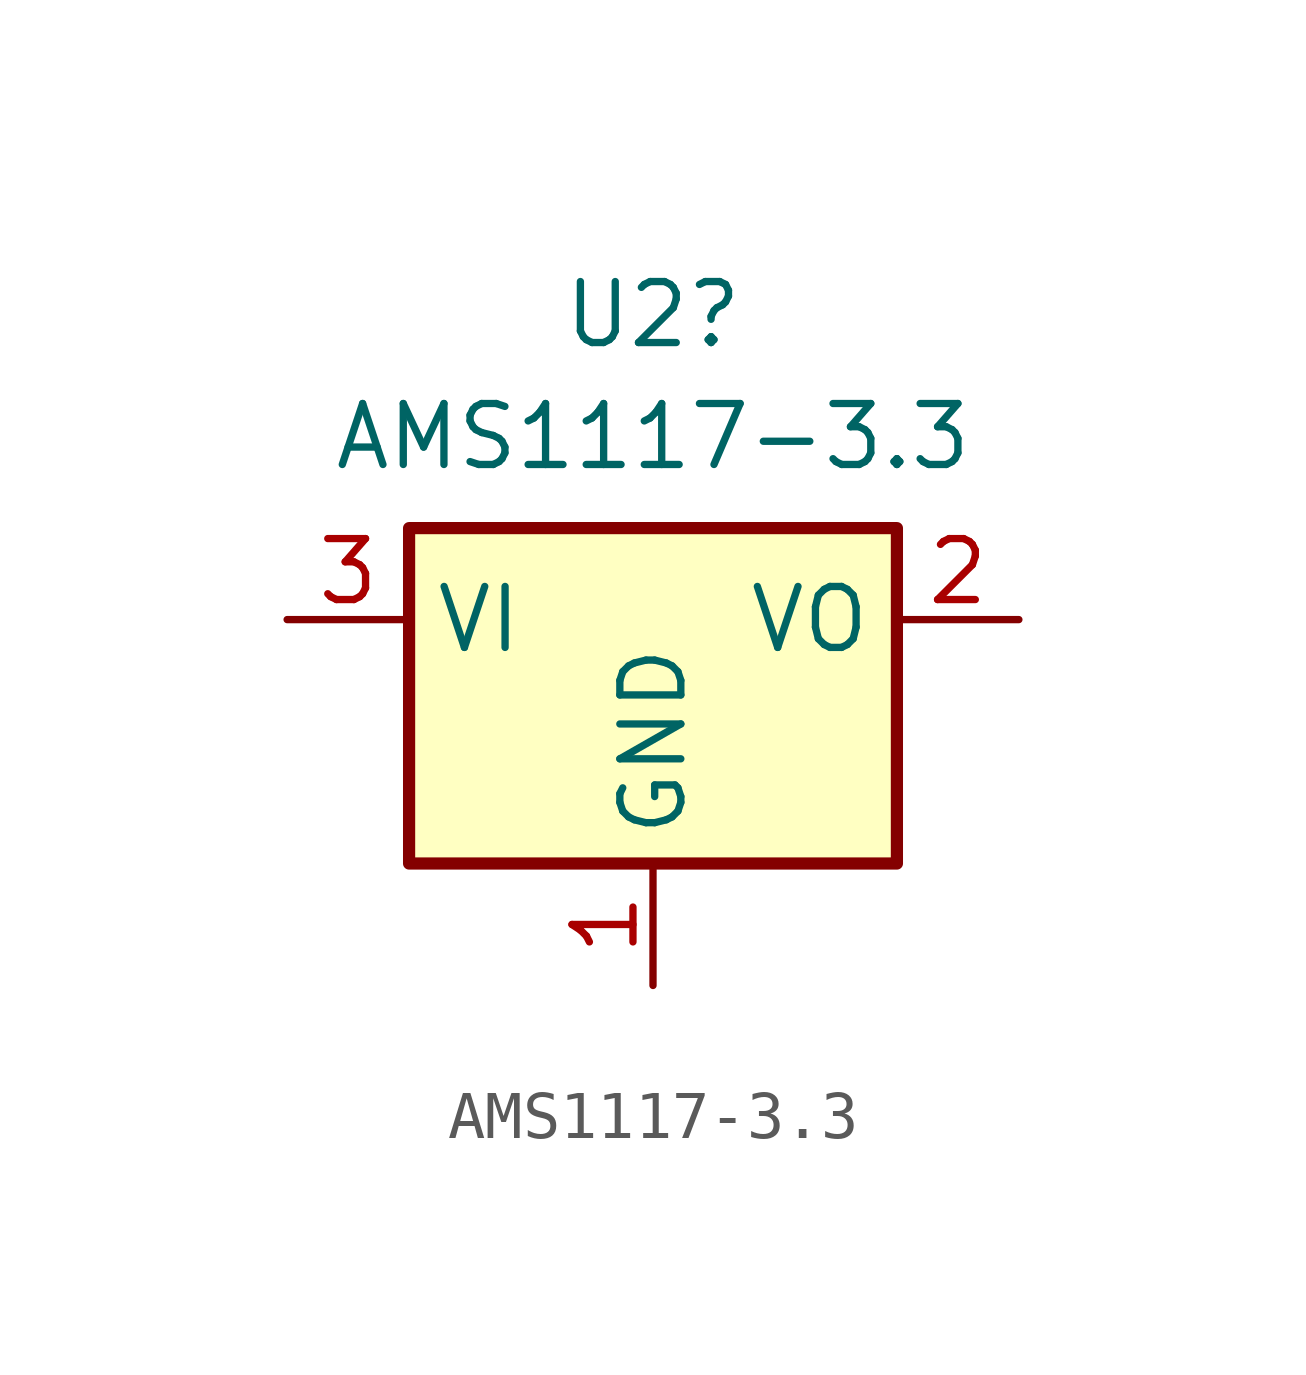
<source format=kicad_sym>
(kicad_symbol_lib
  (version 20241209)
  (generator "kicad_symbol_editor")
  (generator_version "9.0")
  (symbol "AMS1117-3.3"
    (property "Reference" "U2"
      (at 0 6.35 0)
      (effects (font (size 1.27 1.27))))
    (property "Value" "AMS1117-3.3"
      (at 0 3.81 0)
      (effects (font (size 1.27 1.27))))
    (symbol "AMS1117-3.3_0_1"
      (rectangle (start -5.08 1.905) (end 5.08 -5.08) (stroke (width 0.254) (type default)) (fill (type background))))
    (symbol "AMS1117-3.3_1_1"
      (pin power_in line (at -7.62 0 0) (length 2.54) (name "VI" (effects (font (size 1.27 1.27)))) (number "3" (effects (font (size 1.27 1.27)))))
      (pin power_in line (at 0 -7.62 90) (length 2.54) (name "GND" (effects (font (size 1.27 1.27)))) (number "1" (effects (font (size 1.27 1.27)))))
      (pin power_out line (at 7.62 0 180) (length 2.54) (name "VO" (effects (font (size 1.27 1.27)))) (number "2" (effects (font (size 1.27 1.27))))))))
</source>
